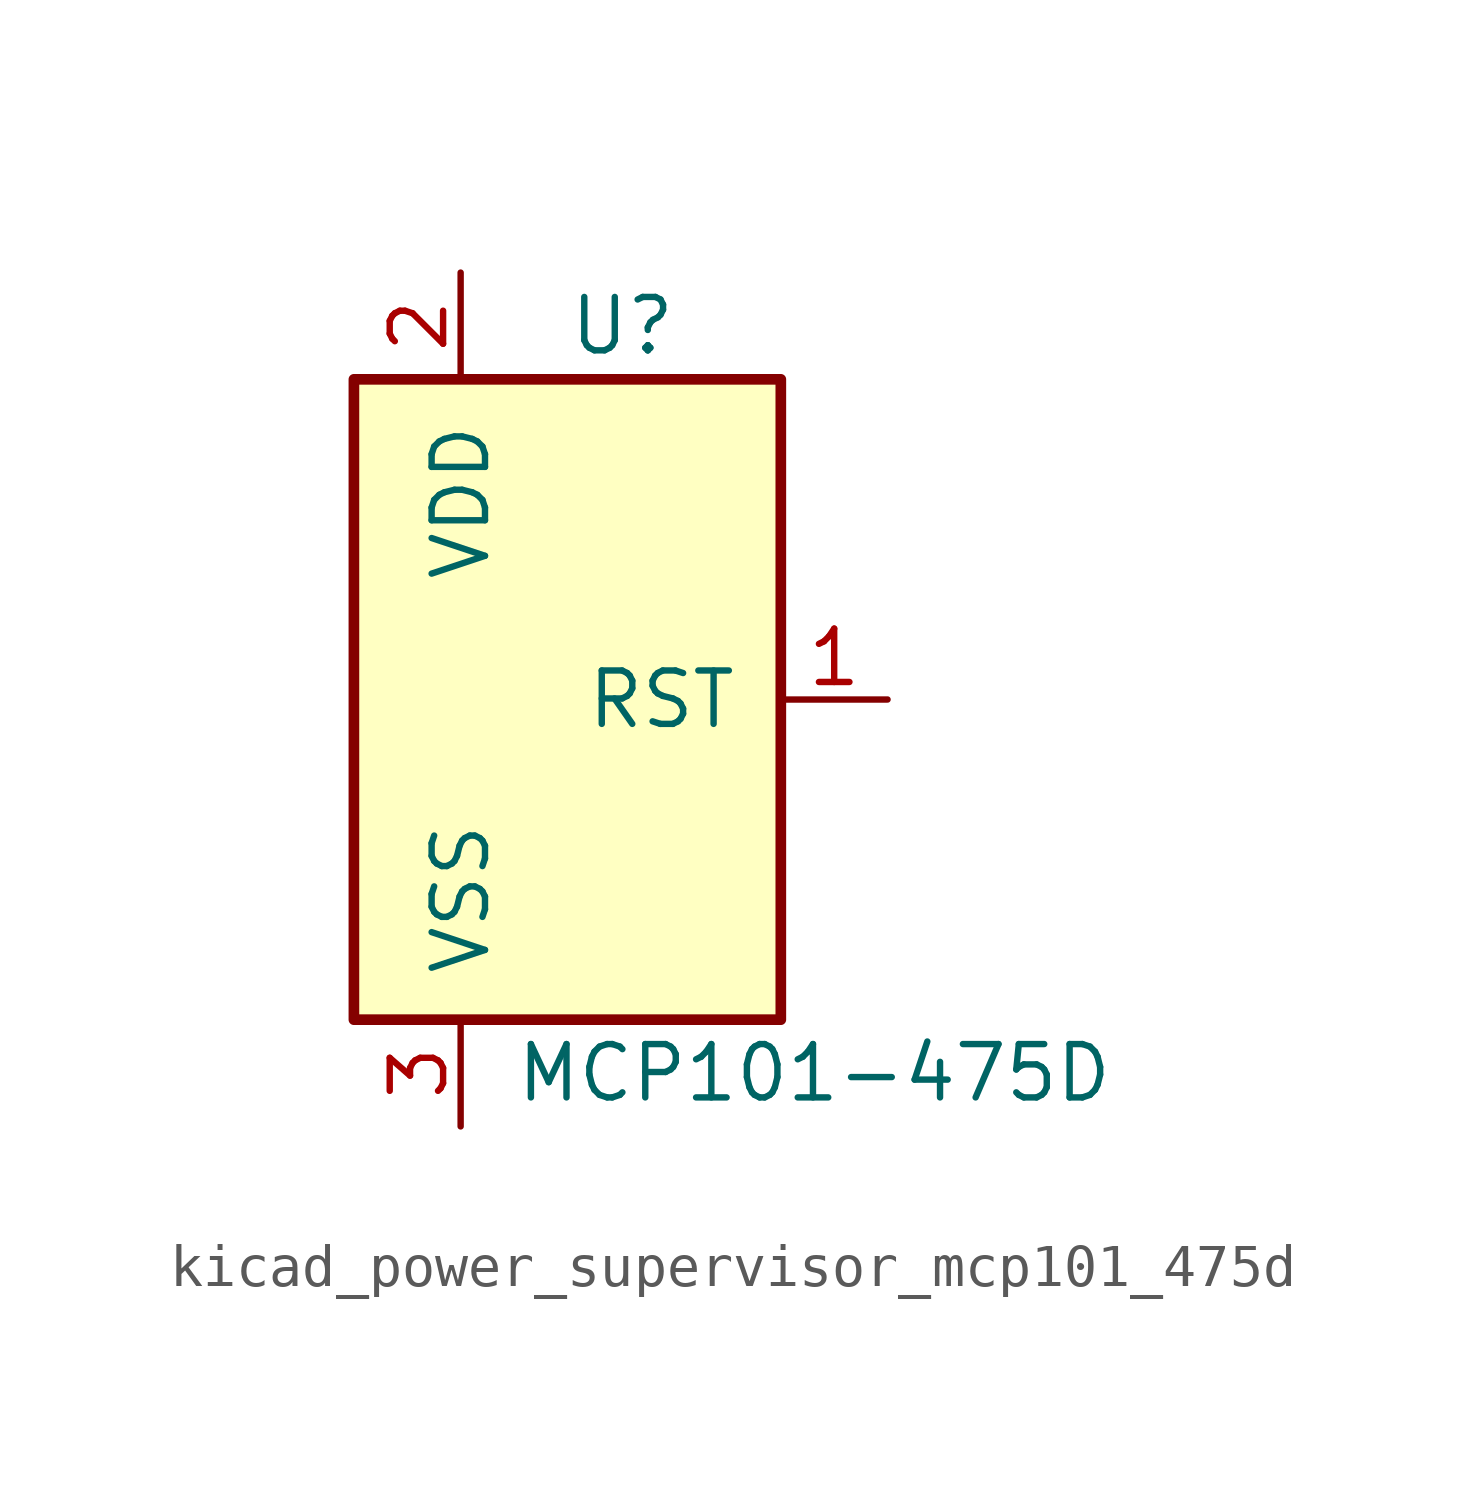
<source format=kicad_sym>
(kicad_symbol_lib
  (version 20220914)
  (generator kicad_symbol_editor)
  (symbol "kicad_power_supervisor_mcp101_475d"
    (pin_names
      (offset 1.016))
    (property "Reference" "U"
      (at 0 8.89 0)
      (effects (font (size 1.27 1.27)) (justify left)))
    (property "Value" "MCP101-475D"
      (at -1.27 -8.89 0)
      (effects (font (size 1.27 1.27)) (justify left)))
    (symbol "kicad_power_supervisor_mcp101_475d_1_1"
      (rectangle (start -5.08 7.62) (end 5.08 -7.62) (stroke (width 0.254) (type default)) (fill (type background)))
      (pin output line (at 7.62 0 180) (length 2.54) (name "RST" (effects (font (size 1.27 1.27)))) (number "1" (effects (font (size 1.27 1.27)))))
      (pin power_in line (at -2.54 10.16 270) (length 2.54) (name "VDD" (effects (font (size 1.27 1.27)))) (number "2" (effects (font (size 1.27 1.27)))))
      (pin power_in line (at -2.54 -10.16 90) (length 2.54) (name "VSS" (effects (font (size 1.27 1.27)))) (number "3" (effects (font (size 1.27 1.27))))))))
</source>
